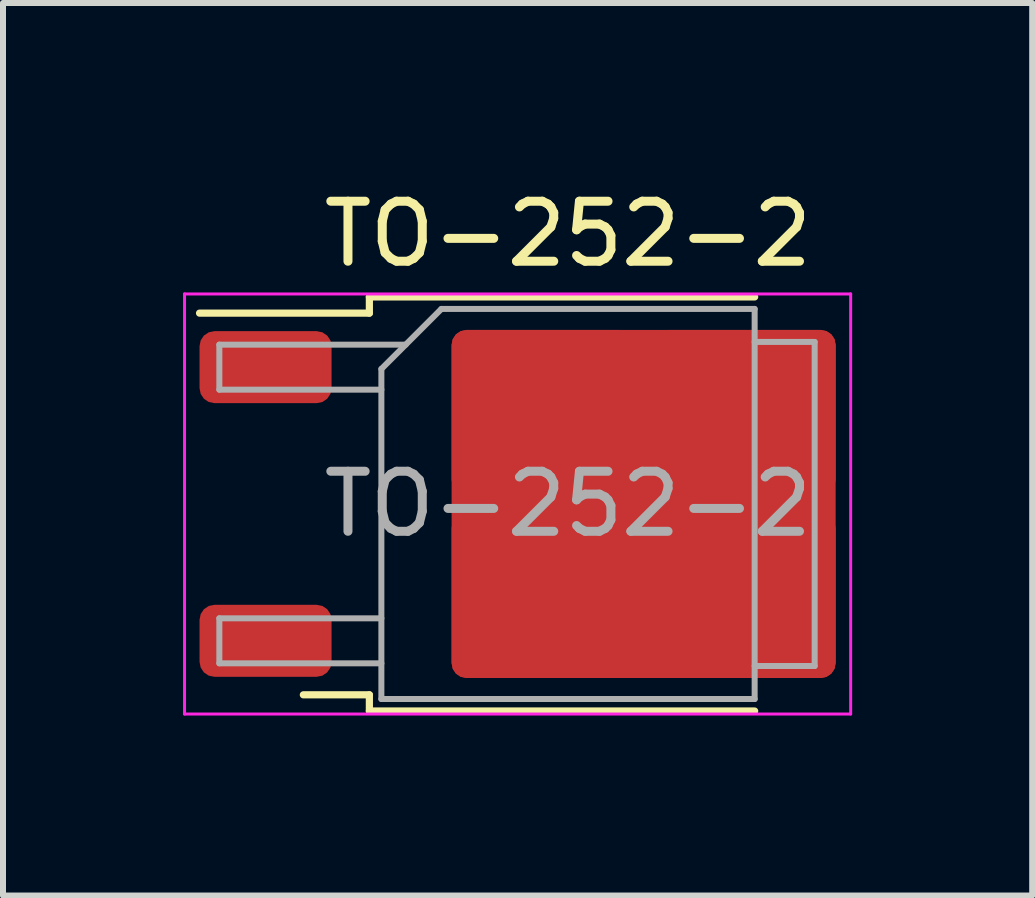
<source format=kicad_pcb>
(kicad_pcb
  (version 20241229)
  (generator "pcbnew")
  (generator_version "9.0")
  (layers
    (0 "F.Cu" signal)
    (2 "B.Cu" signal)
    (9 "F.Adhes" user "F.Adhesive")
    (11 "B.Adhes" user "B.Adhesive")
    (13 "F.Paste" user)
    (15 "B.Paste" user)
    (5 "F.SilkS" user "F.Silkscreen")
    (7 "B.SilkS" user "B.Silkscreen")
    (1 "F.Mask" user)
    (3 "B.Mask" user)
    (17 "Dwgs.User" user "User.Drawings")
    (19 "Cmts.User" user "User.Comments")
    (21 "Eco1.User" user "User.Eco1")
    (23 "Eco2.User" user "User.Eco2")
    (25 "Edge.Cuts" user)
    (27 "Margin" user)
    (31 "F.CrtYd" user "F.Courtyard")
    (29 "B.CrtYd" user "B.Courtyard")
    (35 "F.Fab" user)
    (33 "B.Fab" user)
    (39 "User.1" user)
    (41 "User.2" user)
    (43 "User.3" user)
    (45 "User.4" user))
  (footprint "TO-252-2"
    (layer "F.Cu")
    (at 6.415 5.348)
    (property "Reference" "TO-252-2" (at 0 -4.5 0) (layer "F.SilkS") (effects (font (size 1 1) (thickness 0.15))))
    (attr smd)
    (fp_line (start -3.31 -3.45) (end -3.31 -3.18) (stroke (width 0.12) (type solid)) (layer "F.SilkS"))
    (fp_line (start -3.31 -3.18) (end -6.14 -3.18) (stroke (width 0.12) (type solid)) (layer "F.SilkS"))
    (fp_line (start -3.31 3.18) (end -4.41 3.18) (stroke (width 0.12) (type solid)) (layer "F.SilkS"))
    (fp_line (start -3.31 3.45) (end -3.31 3.18) (stroke (width 0.12) (type solid)) (layer "F.SilkS"))
    (fp_line (start 3.11 -3.45) (end -3.31 -3.45) (stroke (width 0.12) (type solid)) (layer "F.SilkS"))
    (fp_line (start 3.11 3.45) (end -3.31 3.45) (stroke (width 0.12) (type solid)) (layer "F.SilkS"))
    (fp_line (start -6.39 -3.5) (end -6.39 3.5) (stroke (width 0.05) (type solid)) (layer "F.CrtYd"))
    (fp_line (start -6.39 3.5) (end 4.71 3.5) (stroke (width 0.05) (type solid)) (layer "F.CrtYd"))
    (fp_line (start 4.71 -3.5) (end -6.39 -3.5) (stroke (width 0.05) (type solid)) (layer "F.CrtYd"))
    (fp_line (start 4.71 3.5) (end 4.71 -3.5) (stroke (width 0.05) (type solid)) (layer "F.CrtYd"))
    (fp_line (start -5.81 -2.655) (end -5.81 -1.905) (stroke (width 0.1) (type solid)) (layer "F.Fab"))
    (fp_line (start -5.81 -1.905) (end -3.11 -1.905) (stroke (width 0.1) (type solid)) (layer "F.Fab"))
    (fp_line (start -5.81 1.905) (end -5.81 2.655) (stroke (width 0.1) (type solid)) (layer "F.Fab"))
    (fp_line (start -5.81 2.655) (end -3.11 2.655) (stroke (width 0.1) (type solid)) (layer "F.Fab"))
    (fp_line (start -3.11 -2.25) (end -2.11 -3.25) (stroke (width 0.1) (type solid)) (layer "F.Fab"))
    (fp_line (start -3.11 1.905) (end -5.81 1.905) (stroke (width 0.1) (type solid)) (layer "F.Fab"))
    (fp_line (start -3.11 3.25) (end -3.11 -2.25) (stroke (width 0.1) (type solid)) (layer "F.Fab"))
    (fp_line (start -2.705 -2.655) (end -5.81 -2.655) (stroke (width 0.1) (type solid)) (layer "F.Fab"))
    (fp_line (start -2.11 -3.25) (end 3.11 -3.25) (stroke (width 0.1) (type solid)) (layer "F.Fab"))
    (fp_line (start 3.11 -3.25) (end 3.11 3.25) (stroke (width 0.1) (type solid)) (layer "F.Fab"))
    (fp_line (start 3.11 -2.7) (end 4.11 -2.7) (stroke (width 0.1) (type solid)) (layer "F.Fab"))
    (fp_line (start 3.11 3.25) (end -3.11 3.25) (stroke (width 0.1) (type solid)) (layer "F.Fab"))
    (fp_line (start 4.11 -2.7) (end 4.11 2.7) (stroke (width 0.1) (type solid)) (layer "F.Fab"))
    (fp_line (start 4.11 2.7) (end 3.11 2.7) (stroke (width 0.1) (type solid)) (layer "F.Fab"))
    (fp_text user "${REFERENCE}" (at 0 0 0) (layer "F.Fab") (effects (font (size 1 1) (thickness 0.15))))
    (pad "1" smd roundrect (at -0.415 -1.525) (size 3.05 2.75) (layers "F.Cu" "F.Paste") (roundrect_rratio 0.091))
    (pad "1" smd roundrect (at -0.415 1.525) (size 3.05 2.75) (layers "F.Cu" "F.Paste") (roundrect_rratio 0.091))
    (pad "1" smd roundrect (at 1.26 0) (size 6.4 5.8) (layers "F.Cu" "F.Mask") (roundrect_rratio 0.043))
    (pad "1" smd roundrect (at 2.935 -1.525) (size 3.05 2.75) (layers "F.Cu" "F.Paste") (roundrect_rratio 0.091))
    (pad "1" smd roundrect (at 2.935 1.525) (size 3.05 2.75) (layers "F.Cu" "F.Paste") (roundrect_rratio 0.091))
    (pad "2" smd roundrect (at -5.04 -2.28) (size 2.2 1.2) (layers "F.Cu" "F.Mask" "F.Paste") (roundrect_rratio 0.208))
    (pad "2" smd roundrect (at -5.04 2.28) (size 2.2 1.2) (layers "F.Cu" "F.Mask" "F.Paste") (roundrect_rratio 0.208)))
  (gr_rect
    (start -3 -3)
    (end 14.15 11.873)
    (stroke (width 0.1) (type default))
    (fill no)
    (layer "Edge.Cuts")))
</source>
